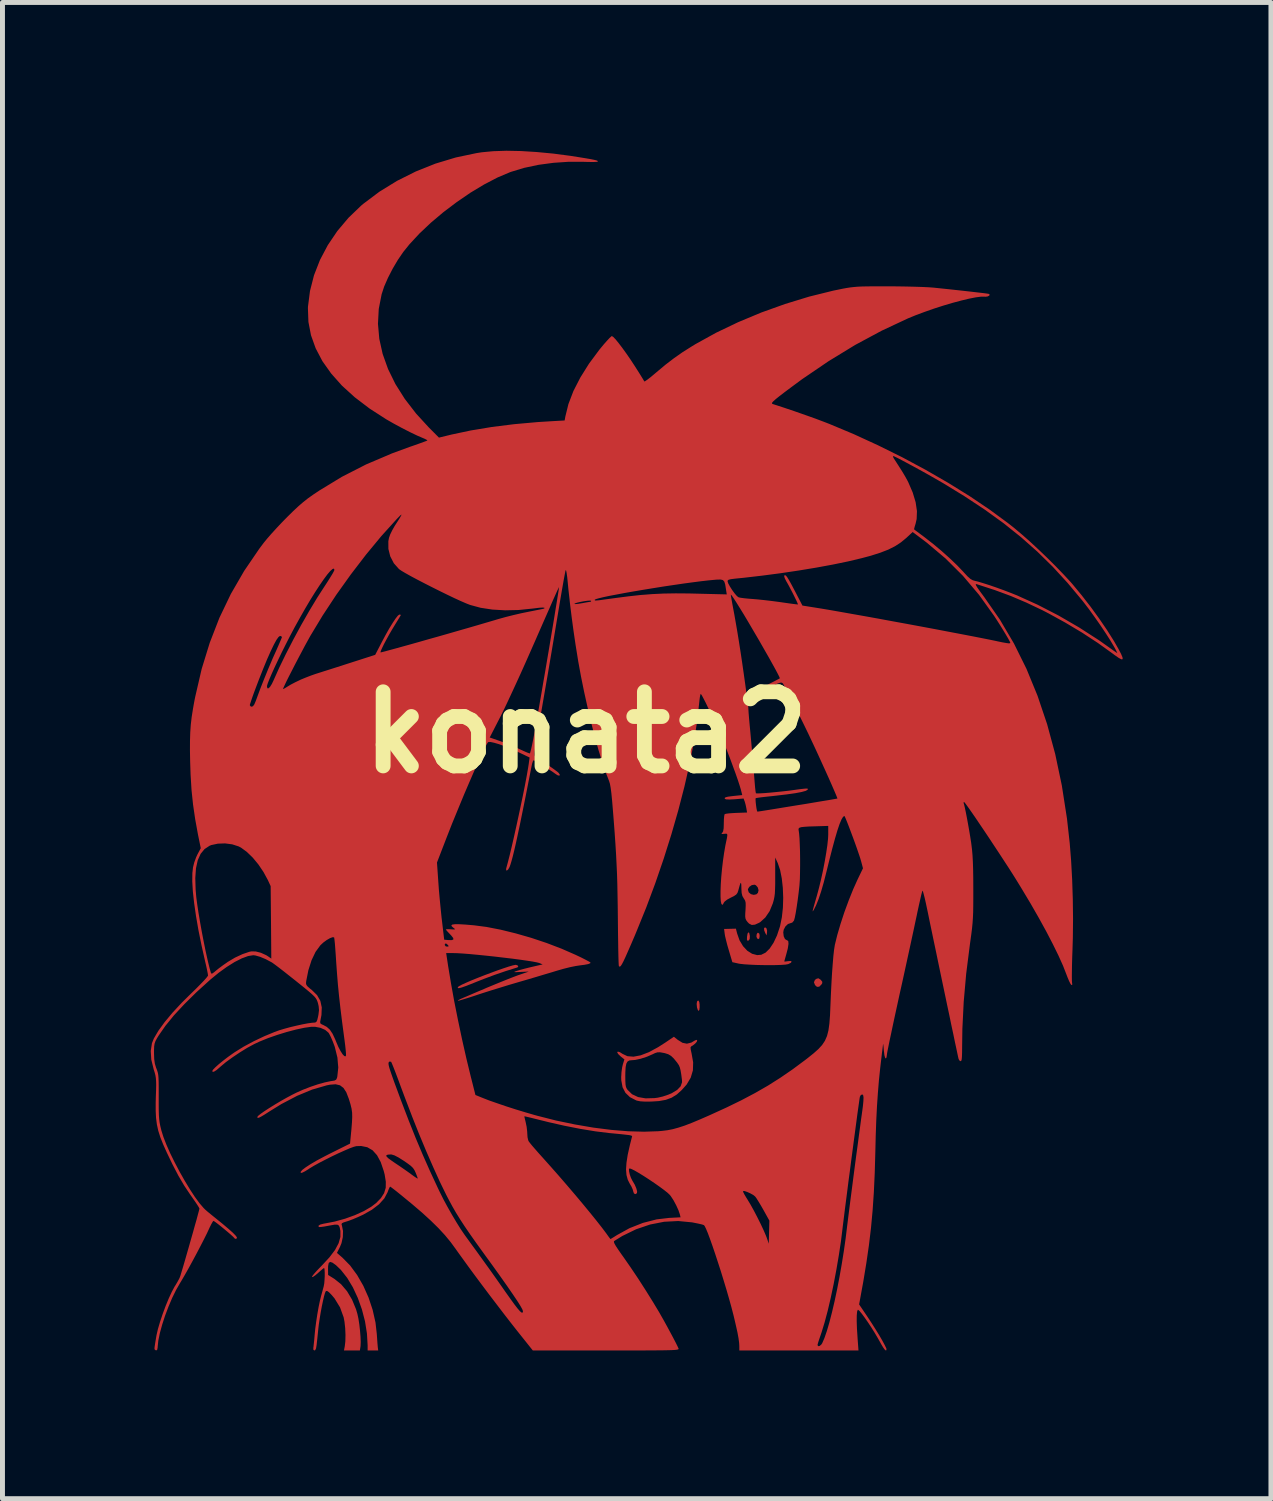
<source format=kicad_pcb>
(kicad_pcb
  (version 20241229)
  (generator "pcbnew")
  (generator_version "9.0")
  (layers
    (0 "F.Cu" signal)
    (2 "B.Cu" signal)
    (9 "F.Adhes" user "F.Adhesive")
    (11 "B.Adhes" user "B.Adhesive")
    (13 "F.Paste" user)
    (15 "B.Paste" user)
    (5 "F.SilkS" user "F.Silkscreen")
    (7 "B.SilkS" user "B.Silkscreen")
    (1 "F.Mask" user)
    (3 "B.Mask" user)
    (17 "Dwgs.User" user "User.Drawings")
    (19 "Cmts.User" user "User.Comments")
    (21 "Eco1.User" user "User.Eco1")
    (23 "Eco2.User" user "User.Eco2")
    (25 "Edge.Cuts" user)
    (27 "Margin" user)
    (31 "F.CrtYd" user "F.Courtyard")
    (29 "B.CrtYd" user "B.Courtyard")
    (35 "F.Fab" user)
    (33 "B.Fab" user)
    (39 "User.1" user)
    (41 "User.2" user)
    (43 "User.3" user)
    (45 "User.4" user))
  (footprint "konata2"
    (layer "F.Cu")
    (at 8.809 11.768)
    (property "Reference" "konata2" (at 0 0 0) (layer "F.SilkS") (effects (font (size 1.5 1.5) (thickness 0.3))))
    (attr board_only exclude_from_pos_files exclude_from_bom)
    (fp_poly (pts (xy 3.504 4.072) (xy 3.511 4.118) (xy 3.503 4.169) (xy 3.482 4.182) (xy 3.46 4.168) (xy 3.446 4.133) (xy 3.449 4.09) (xy 3.465 4.058) (xy 3.478 4.053)) (stroke (width 0) (type solid)) (fill yes) (layer "F.Cu"))
    (fp_poly (pts (xy 3.648 3.963) (xy 3.661 4.012) (xy 3.658 4.057) (xy 3.651 4.107) (xy 3.624 4.06) (xy 3.602 4.004) (xy 3.6 3.962) (xy 3.619 3.944) (xy 3.62 3.944)) (stroke (width 0) (type solid)) (fill yes) (layer "F.Cu"))
    (fp_poly (pts (xy 3.299 4.058) (xy 3.311 4.113) (xy 3.312 4.12) (xy 3.309 4.181) (xy 3.288 4.21) (xy 3.283 4.212) (xy 3.262 4.214) (xy 3.253 4.191) (xy 3.255 4.134) (xy 3.255 4.134) (xy 3.266 4.07) (xy 3.282 4.045)) (stroke (width 0) (type solid)) (fill yes) (layer "F.Cu"))
    (fp_poly (pts (xy 4.74 5.001) (xy 4.747 5.007) (xy 4.777 5.044) (xy 4.777 5.074) (xy 4.761 5.1) (xy 4.716 5.145) (xy 4.67 5.148) (xy 4.631 5.113) (xy 4.609 5.056) (xy 4.629 5.008) (xy 4.662 4.984) (xy 4.7 4.975)) (stroke (width 0) (type solid)) (fill yes) (layer "F.Cu"))
    (fp_poly (pts (xy 2.275 5.429) (xy 2.289 5.456) (xy 2.296 5.506) (xy 2.296 5.563) (xy 2.291 5.611) (xy 2.279 5.634) (xy 2.277 5.635) (xy 2.259 5.616) (xy 2.244 5.569) (xy 2.242 5.559) (xy 2.236 5.492) (xy 2.244 5.444) (xy 2.263 5.425)) (stroke (width 0) (type solid)) (fill yes) (layer "F.Cu"))
    (fp_poly (pts (xy -1.387 4.714) (xy -1.373 4.736) (xy -1.389 4.755) (xy -1.391 4.755) (xy -1.63 4.83) (xy -1.849 4.905) (xy -2.071 4.988) (xy -2.198 5.038) (xy -2.337 5.094) (xy -2.441 5.134) (xy -2.515 5.16) (xy -2.562 5.173) (xy -2.588 5.175) (xy -2.597 5.168) (xy -2.595 5.153) (xy -2.572 5.134) (xy -2.513 5.103) (xy -2.427 5.064) (xy -2.319 5.017) (xy -2.195 4.967) (xy -2.062 4.915) (xy -1.926 4.864) (xy -1.794 4.815) (xy -1.672 4.773) (xy -1.566 4.738) (xy -1.483 4.714) (xy -1.429 4.703) (xy -1.422 4.703)) (stroke (width 0) (type solid)) (fill yes) (layer "F.Cu"))
    (fp_poly (pts (xy 1.853 6.22) (xy 1.949 6.28) (xy 2.038 6.298) (xy 2.128 6.276) (xy 2.193 6.237) (xy 2.231 6.22) (xy 2.247 6.231) (xy 2.237 6.261) (xy 2.207 6.295) (xy 2.161 6.332) (xy 2.126 6.353) (xy 2.124 6.354) (xy 2.112 6.372) (xy 2.116 6.419) (xy 2.133 6.495) (xy 2.165 6.675) (xy 2.16 6.837) (xy 2.116 6.985) (xy 2.033 7.125) (xy 1.934 7.236) (xy 1.833 7.327) (xy 1.729 7.391) (xy 1.612 7.434) (xy 1.474 7.459) (xy 1.322 7.469) (xy 1.191 7.47) (xy 1.095 7.464) (xy 1.026 7.45) (xy 1.012 7.445) (xy 0.886 7.38) (xy 0.795 7.292) (xy 0.737 7.18) (xy 0.711 7.039) (xy 0.709 6.97) (xy 0.711 6.95) (xy 0.792 6.95) (xy 0.793 7.054) (xy 0.797 7.126) (xy 0.806 7.174) (xy 0.823 7.211) (xy 0.837 7.231) (xy 0.929 7.321) (xy 1.051 7.378) (xy 1.202 7.404) (xy 1.383 7.399) (xy 1.452 7.39) (xy 1.55 7.367) (xy 1.658 7.331) (xy 1.73 7.301) (xy 1.841 7.234) (xy 1.911 7.161) (xy 1.94 7.08) (xy 1.939 7.035) (xy 1.924 6.919) (xy 1.91 6.836) (xy 1.895 6.778) (xy 1.876 6.733) (xy 1.849 6.693) (xy 1.841 6.681) (xy 1.774 6.599) (xy 1.719 6.546) (xy 1.662 6.512) (xy 1.593 6.49) (xy 1.569 6.485) (xy 1.495 6.472) (xy 1.443 6.473) (xy 1.392 6.489) (xy 1.347 6.511) (xy 1.229 6.562) (xy 1.106 6.602) (xy 0.992 6.627) (xy 0.929 6.632) (xy 0.875 6.637) (xy 0.837 6.659) (xy 0.813 6.701) (xy 0.799 6.772) (xy 0.793 6.876) (xy 0.792 6.95) (xy 0.711 6.95) (xy 0.715 6.874) (xy 0.728 6.779) (xy 0.743 6.716) (xy 0.774 6.616) (xy 0.701 6.558) (xy 0.647 6.506) (xy 0.628 6.471) (xy 0.642 6.458) (xy 0.684 6.471) (xy 0.734 6.503) (xy 0.835 6.551) (xy 0.958 6.561) (xy 1.102 6.534) (xy 1.269 6.47) (xy 1.457 6.368) (xy 1.601 6.276) (xy 1.775 6.158)) (stroke (width 0) (type solid)) (fill yes) (layer "F.Cu"))
    (fp_poly (pts (xy -1.317 -11.762) (xy -0.997 -11.742) (xy -0.66 -11.71) (xy -0.311 -11.664) (xy -0.141 -11.637) (xy -0.005 -11.615) (xy 0.095 -11.598) (xy 0.163 -11.584) (xy 0.205 -11.574) (xy 0.228 -11.565) (xy 0.237 -11.556) (xy 0.238 -11.551) (xy 0.218 -11.544) (xy 0.162 -11.541) (xy 0.078 -11.541) (xy -0.026 -11.543) (xy -0.049 -11.544) (xy -0.351 -11.545) (xy -0.66 -11.524) (xy -0.965 -11.483) (xy -1.253 -11.422) (xy -1.514 -11.343) (xy -1.54 -11.334) (xy -1.795 -11.226) (xy -2.065 -11.085) (xy -2.341 -10.919) (xy -2.617 -10.73) (xy -2.886 -10.527) (xy -3.14 -10.313) (xy -3.372 -10.094) (xy -3.575 -9.875) (xy -3.7 -9.72) (xy -3.81 -9.559) (xy -3.915 -9.381) (xy -4.009 -9.198) (xy -4.086 -9.022) (xy -4.138 -8.864) (xy -4.138 -8.864) (xy -4.196 -8.567) (xy -4.212 -8.266) (xy -4.185 -7.962) (xy -4.117 -7.657) (xy -4.008 -7.352) (xy -3.859 -7.048) (xy -3.669 -6.747) (xy -3.44 -6.45) (xy -3.186 -6.173) (xy -2.978 -5.964) (xy -2.719 -6.027) (xy -2.333 -6.109) (xy -1.91 -6.179) (xy -1.456 -6.236) (xy -0.975 -6.279) (xy -0.667 -6.298) (xy -0.435 -6.311) (xy -0.421 -6.39) (xy -0.359 -6.642) (xy -0.258 -6.906) (xy -0.118 -7.179) (xy 0.057 -7.459) (xy 0.267 -7.742) (xy 0.357 -7.851) (xy 0.419 -7.921) (xy 0.471 -7.977) (xy 0.508 -8.011) (xy 0.52 -8.019) (xy 0.548 -8.001) (xy 0.595 -7.953) (xy 0.657 -7.877) (xy 0.73 -7.781) (xy 0.811 -7.669) (xy 0.896 -7.546) (xy 0.98 -7.418) (xy 0.98 -7.418) (xy 1.045 -7.316) (xy 1.101 -7.227) (xy 1.144 -7.157) (xy 1.17 -7.113) (xy 1.177 -7.1) (xy 1.194 -7.106) (xy 1.239 -7.137) (xy 1.304 -7.187) (xy 1.383 -7.253) (xy 1.422 -7.286) (xy 1.605 -7.439) (xy 1.776 -7.57) (xy 1.95 -7.692) (xy 2.145 -7.815) (xy 2.216 -7.858) (xy 2.629 -8.086) (xy 3.074 -8.299) (xy 3.543 -8.495) (xy 4.026 -8.668) (xy 4.513 -8.817) (xy 4.997 -8.937) (xy 5.197 -8.978) (xy 5.274 -8.992) (xy 5.345 -9.003) (xy 5.418 -9.011) (xy 5.498 -9.018) (xy 5.592 -9.022) (xy 5.707 -9.024) (xy 5.849 -9.025) (xy 6.026 -9.025) (xy 6.112 -9.025) (xy 6.292 -9.024) (xy 6.473 -9.021) (xy 6.644 -9.017) (xy 6.799 -9.012) (xy 6.928 -9.006) (xy 7.023 -8.999) (xy 7.033 -8.998) (xy 7.177 -8.983) (xy 7.331 -8.967) (xy 7.488 -8.95) (xy 7.642 -8.933) (xy 7.786 -8.917) (xy 7.914 -8.902) (xy 8.02 -8.89) (xy 8.098 -8.88) (xy 8.141 -8.873) (xy 8.146 -8.872) (xy 8.166 -8.856) (xy 8.155 -8.837) (xy 8.122 -8.82) (xy 8.078 -8.814) (xy 8.065 -8.816) (xy 7.991 -8.816) (xy 7.883 -8.802) (xy 7.746 -8.775) (xy 7.588 -8.737) (xy 7.412 -8.69) (xy 7.227 -8.635) (xy 7.037 -8.574) (xy 6.849 -8.508) (xy 6.669 -8.441) (xy 6.515 -8.378) (xy 5.981 -8.128) (xy 5.443 -7.839) (xy 4.906 -7.511) (xy 4.372 -7.148) (xy 4.139 -6.976) (xy 4.007 -6.877) (xy 3.908 -6.801) (xy 3.836 -6.743) (xy 3.79 -6.702) (xy 3.765 -6.675) (xy 3.759 -6.658) (xy 3.767 -6.647) (xy 3.774 -6.644) (xy 3.993 -6.573) (xy 4.218 -6.497) (xy 4.438 -6.42) (xy 4.643 -6.347) (xy 4.823 -6.279) (xy 4.921 -6.241) (xy 5.413 -6.035) (xy 5.905 -5.809) (xy 6.392 -5.568) (xy 6.867 -5.313) (xy 7.325 -5.049) (xy 7.759 -4.78) (xy 8.164 -4.507) (xy 8.534 -4.235) (xy 8.65 -4.144) (xy 8.798 -4.02) (xy 8.967 -3.872) (xy 9.146 -3.706) (xy 9.328 -3.532) (xy 9.503 -3.358) (xy 9.664 -3.191) (xy 9.803 -3.041) (xy 9.838 -3.001) (xy 10.021 -2.78) (xy 10.204 -2.545) (xy 10.379 -2.304) (xy 10.54 -2.068) (xy 10.681 -1.844) (xy 10.769 -1.69) (xy 10.823 -1.587) (xy 10.852 -1.517) (xy 10.855 -1.482) (xy 10.831 -1.478) (xy 10.777 -1.506) (xy 10.693 -1.564) (xy 10.645 -1.6) (xy 10.354 -1.809) (xy 10.033 -2.019) (xy 9.695 -2.221) (xy 9.353 -2.409) (xy 9.231 -2.472) (xy 8.907 -2.626) (xy 8.592 -2.76) (xy 8.267 -2.88) (xy 7.917 -2.994) (xy 7.894 -3.001) (xy 7.881 -2.998) (xy 7.888 -2.975) (xy 7.916 -2.928) (xy 7.968 -2.854) (xy 8.045 -2.75) (xy 8.056 -2.735) (xy 8.371 -2.282) (xy 8.655 -1.799) (xy 8.909 -1.286) (xy 9.132 -0.743) (xy 9.326 -0.168) (xy 9.49 0.437) (xy 9.624 1.073) (xy 9.728 1.741) (xy 9.784 2.243) (xy 9.812 2.595) (xy 9.833 2.976) (xy 9.846 3.372) (xy 9.851 3.771) (xy 9.847 4.157) (xy 9.84 4.391) (xy 9.834 4.553) (xy 9.83 4.702) (xy 9.828 4.834) (xy 9.827 4.942) (xy 9.828 5.019) (xy 9.83 5.06) (xy 9.831 5.062) (xy 9.836 5.104) (xy 9.82 5.112) (xy 9.818 5.111) (xy 9.8 5.088) (xy 9.772 5.033) (xy 9.739 4.955) (xy 9.717 4.897) (xy 9.648 4.72) (xy 9.555 4.513) (xy 9.44 4.279) (xy 9.307 4.023) (xy 9.156 3.749) (xy 8.991 3.461) (xy 8.813 3.164) (xy 8.707 2.991) (xy 8.634 2.874) (xy 8.549 2.741) (xy 8.455 2.597) (xy 8.355 2.444) (xy 8.252 2.288) (xy 8.149 2.132) (xy 8.048 1.981) (xy 7.952 1.839) (xy 7.865 1.71) (xy 7.788 1.599) (xy 7.725 1.51) (xy 7.679 1.446) (xy 7.652 1.413) (xy 7.647 1.409) (xy 7.634 1.421) (xy 7.636 1.425) (xy 7.646 1.457) (xy 7.662 1.523) (xy 7.682 1.617) (xy 7.704 1.731) (xy 7.727 1.857) (xy 7.75 1.986) (xy 7.771 2.112) (xy 7.789 2.227) (xy 7.794 2.265) (xy 7.807 2.372) (xy 7.817 2.485) (xy 7.824 2.613) (xy 7.829 2.762) (xy 7.832 2.938) (xy 7.833 3.15) (xy 7.833 3.175) (xy 7.833 3.362) (xy 7.832 3.515) (xy 7.83 3.643) (xy 7.825 3.753) (xy 7.818 3.856) (xy 7.808 3.96) (xy 7.794 4.073) (xy 7.776 4.205) (xy 7.764 4.291) (xy 7.689 4.884) (xy 7.639 5.45) (xy 7.612 5.998) (xy 7.607 6.355) (xy 7.606 6.478) (xy 7.603 6.563) (xy 7.598 6.617) (xy 7.589 6.645) (xy 7.577 6.653) (xy 7.577 6.653) (xy 7.549 6.635) (xy 7.535 6.605) (xy 7.527 6.572) (xy 7.512 6.502) (xy 7.49 6.397) (xy 7.461 6.263) (xy 7.428 6.103) (xy 7.389 5.922) (xy 7.348 5.723) (xy 7.303 5.512) (xy 7.257 5.292) (xy 7.21 5.068) (xy 7.163 4.844) (xy 7.117 4.623) (xy 7.073 4.411) (xy 7.031 4.212) (xy 6.993 4.029) (xy 6.959 3.867) (xy 6.931 3.73) (xy 6.909 3.623) (xy 6.9 3.581) (xy 6.874 3.458) (xy 6.85 3.352) (xy 6.829 3.27) (xy 6.814 3.217) (xy 6.805 3.201) (xy 6.805 3.202) (xy 6.796 3.227) (xy 6.78 3.288) (xy 6.759 3.38) (xy 6.733 3.495) (xy 6.704 3.628) (xy 6.688 3.706) (xy 6.662 3.826) (xy 6.629 3.983) (xy 6.589 4.168) (xy 6.544 4.376) (xy 6.495 4.601) (xy 6.444 4.835) (xy 6.392 5.072) (xy 6.34 5.305) (xy 6.339 5.31) (xy 6.292 5.526) (xy 6.247 5.732) (xy 6.206 5.923) (xy 6.17 6.094) (xy 6.138 6.243) (xy 6.114 6.363) (xy 6.096 6.451) (xy 6.087 6.503) (xy 6.086 6.513) (xy 6.077 6.575) (xy 6.064 6.598) (xy 6.049 6.583) (xy 6.035 6.533) (xy 6.025 6.451) (xy 6.023 6.437) (xy 6.017 6.364) (xy 6.012 6.318) (xy 6.008 6.304) (xy 6.007 6.307) (xy 6.003 6.344) (xy 5.995 6.41) (xy 5.984 6.493) (xy 5.982 6.513) (xy 5.95 6.786) (xy 5.923 7.046) (xy 5.902 7.303) (xy 5.884 7.567) (xy 5.87 7.846) (xy 5.859 8.15) (xy 5.851 8.485) (xy 5.839 8.91) (xy 5.821 9.301) (xy 5.796 9.67) (xy 5.763 10.026) (xy 5.721 10.378) (xy 5.669 10.737) (xy 5.607 11.113) (xy 5.579 11.266) (xy 5.523 11.573) (xy 5.695 11.828) (xy 5.774 11.948) (xy 5.853 12.073) (xy 5.927 12.193) (xy 5.991 12.303) (xy 6.04 12.394) (xy 6.071 12.458) (xy 6.075 12.467) (xy 6.075 12.499) (xy 6.062 12.505) (xy 6.04 12.486) (xy 6.006 12.439) (xy 5.965 12.37) (xy 5.953 12.347) (xy 5.897 12.248) (xy 5.834 12.141) (xy 5.766 12.033) (xy 5.697 11.929) (xy 5.633 11.837) (xy 5.576 11.76) (xy 5.532 11.707) (xy 5.503 11.682) (xy 5.496 11.682) (xy 5.482 11.719) (xy 5.475 11.797) (xy 5.474 11.912) (xy 5.479 12.063) (xy 5.491 12.245) (xy 5.491 12.25) (xy 5.51 12.505) (xy 4.305 12.505) (xy 3.099 12.505) (xy 3.099 12.422) (xy 3.098 12.395) (xy 4.681 12.395) (xy 4.694 12.418) (xy 4.723 12.414) (xy 4.757 12.386) (xy 4.776 12.358) (xy 4.821 12.254) (xy 4.87 12.112) (xy 4.921 11.938) (xy 4.973 11.736) (xy 5.026 11.511) (xy 5.077 11.27) (xy 5.126 11.016) (xy 5.172 10.754) (xy 5.214 10.492) (xy 5.251 10.232) (xy 5.267 10.099) (xy 5.28 9.992) (xy 5.298 9.849) (xy 5.32 9.675) (xy 5.345 9.478) (xy 5.373 9.263) (xy 5.402 9.038) (xy 5.432 8.807) (xy 5.462 8.579) (xy 5.492 8.359) (xy 5.519 8.154) (xy 5.544 7.969) (xy 5.565 7.812) (xy 5.58 7.706) (xy 5.599 7.565) (xy 5.609 7.462) (xy 5.612 7.391) (xy 5.607 7.348) (xy 5.593 7.328) (xy 5.581 7.325) (xy 5.552 7.344) (xy 5.538 7.374) (xy 5.532 7.408) (xy 5.522 7.48) (xy 5.507 7.586) (xy 5.488 7.721) (xy 5.467 7.88) (xy 5.443 8.059) (xy 5.417 8.253) (xy 5.39 8.458) (xy 5.362 8.668) (xy 5.335 8.879) (xy 5.307 9.087) (xy 5.282 9.286) (xy 5.258 9.472) (xy 5.236 9.641) (xy 5.218 9.788) (xy 5.203 9.907) (xy 5.192 9.995) (xy 5.19 10.013) (xy 5.156 10.291) (xy 5.112 10.581) (xy 5.062 10.875) (xy 5.007 11.164) (xy 4.948 11.443) (xy 4.887 11.703) (xy 4.825 11.936) (xy 4.764 12.136) (xy 4.747 12.186) (xy 4.718 12.271) (xy 4.695 12.341) (xy 4.683 12.386) (xy 4.681 12.395) (xy 3.098 12.395) (xy 3.095 12.35) (xy 3.083 12.259) (xy 3.062 12.143) (xy 3.03 11.999) (xy 2.988 11.819) (xy 2.978 11.779) (xy 2.938 11.625) (xy 2.891 11.456) (xy 2.839 11.276) (xy 2.783 11.091) (xy 2.726 10.905) (xy 2.667 10.723) (xy 2.61 10.549) (xy 2.556 10.39) (xy 2.506 10.249) (xy 2.462 10.131) (xy 2.425 10.042) (xy 2.397 9.986) (xy 2.383 9.969) (xy 2.346 9.956) (xy 2.277 9.94) (xy 2.189 9.922) (xy 2.142 9.913) (xy 1.862 9.886) (xy 1.578 9.901) (xy 1.293 9.957) (xy 1.01 10.053) (xy 0.733 10.188) (xy 0.566 10.291) (xy 0.561 10.306) (xy 0.571 10.338) (xy 0.6 10.39) (xy 0.65 10.466) (xy 0.723 10.571) (xy 0.752 10.611) (xy 0.896 10.818) (xy 1.05 11.047) (xy 1.203 11.285) (xy 1.349 11.519) (xy 1.479 11.735) (xy 1.51 11.79) (xy 1.572 11.899) (xy 1.637 12.017) (xy 1.701 12.136) (xy 1.761 12.248) (xy 1.812 12.346) (xy 1.849 12.421) (xy 1.87 12.467) (xy 1.87 12.467) (xy 1.871 12.474) (xy 1.866 12.481) (xy 1.852 12.486) (xy 1.826 12.491) (xy 1.785 12.495) (xy 1.726 12.498) (xy 1.646 12.5) (xy 1.543 12.502) (xy 1.412 12.503) (xy 1.252 12.504) (xy 1.059 12.505) (xy 0.83 12.505) (xy 0.562 12.505) (xy 0.403 12.505) (xy -1.079 12.505) (xy -1.403 12.099) (xy -1.523 11.946) (xy -1.658 11.772) (xy -1.804 11.581) (xy -1.955 11.383) (xy -2.106 11.182) (xy -2.252 10.986) (xy -2.388 10.801) (xy -2.508 10.635) (xy -2.609 10.495) (xy -2.635 10.458) (xy -2.74 10.314) (xy -2.857 10.172) (xy -2.99 10.028) (xy -3.143 9.878) (xy -3.319 9.717) (xy -3.525 9.541) (xy -3.748 9.358) (xy -3.828 9.293) (xy -3.896 9.24) (xy -3.944 9.204) (xy -3.966 9.19) (xy -3.966 9.19) (xy -3.979 9.208) (xy -4 9.256) (xy -4.017 9.303) (xy -4.083 9.428) (xy -4.19 9.547) (xy -4.335 9.658) (xy -4.51 9.757) (xy -4.612 9.804) (xy -4.715 9.848) (xy -4.803 9.881) (xy -4.84 9.893) (xy -4.907 9.914) (xy -4.941 9.931) (xy -4.949 9.952) (xy -4.94 9.983) (xy -4.919 10.088) (xy -4.923 10.211) (xy -4.95 10.335) (xy -4.981 10.41) (xy -5.042 10.531) (xy -4.929 10.629) (xy -4.775 10.786) (xy -4.634 10.978) (xy -4.508 11.197) (xy -4.402 11.435) (xy -4.319 11.685) (xy -4.262 11.939) (xy -4.236 12.168) (xy -4.229 12.265) (xy -4.223 12.354) (xy -4.217 12.42) (xy -4.216 12.435) (xy -4.207 12.505) (xy -4.314 12.505) (xy -4.421 12.505) (xy -4.421 12.401) (xy -4.435 12.161) (xy -4.474 11.916) (xy -4.537 11.674) (xy -4.62 11.442) (xy -4.72 11.227) (xy -4.835 11.036) (xy -4.962 10.875) (xy -5.062 10.779) (xy -5.133 10.728) (xy -5.18 10.713) (xy -5.208 10.735) (xy -5.221 10.797) (xy -5.222 10.852) (xy -5.221 10.977) (xy -5.093 11.057) (xy -4.959 11.164) (xy -4.838 11.306) (xy -4.736 11.477) (xy -4.656 11.67) (xy -4.628 11.766) (xy -4.607 11.862) (xy -4.589 11.979) (xy -4.575 12.105) (xy -4.565 12.227) (xy -4.561 12.333) (xy -4.564 12.411) (xy -4.565 12.421) (xy -4.578 12.505) (xy -4.739 12.505) (xy -4.9 12.505) (xy -4.884 12.424) (xy -4.872 12.32) (xy -4.869 12.191) (xy -4.875 12.054) (xy -4.889 11.925) (xy -4.906 11.835) (xy -4.98 11.632) (xy -5.091 11.451) (xy -5.151 11.38) (xy -5.206 11.324) (xy -5.242 11.3) (xy -5.266 11.304) (xy -5.266 11.305) (xy -5.282 11.337) (xy -5.302 11.405) (xy -5.324 11.5) (xy -5.348 11.613) (xy -5.371 11.738) (xy -5.392 11.866) (xy -5.41 11.989) (xy -5.418 12.059) (xy -5.429 12.167) (xy -5.44 12.273) (xy -5.45 12.361) (xy -5.453 12.391) (xy -5.465 12.465) (xy -5.483 12.5) (xy -5.496 12.505) (xy -5.518 12.493) (xy -5.52 12.452) (xy -5.517 12.435) (xy -5.511 12.379) (xy -5.502 12.296) (xy -5.494 12.203) (xy -5.493 12.191) (xy -5.481 12.069) (xy -5.462 11.925) (xy -5.439 11.773) (xy -5.413 11.626) (xy -5.386 11.496) (xy -5.362 11.4) (xy -5.339 11.317) (xy -5.318 11.239) (xy -5.309 11.205) (xy -5.299 11.15) (xy -5.293 11.077) (xy -5.289 10.998) (xy -5.289 10.924) (xy -5.293 10.866) (xy -5.3 10.838) (xy -5.302 10.836) (xy -5.324 10.85) (xy -5.367 10.886) (xy -5.422 10.935) (xy -5.478 10.983) (xy -5.523 11.014) (xy -5.548 11.02) (xy -5.541 11.001) (xy -5.508 10.958) (xy -5.453 10.896) (xy -5.381 10.821) (xy -5.343 10.782) (xy -5.193 10.62) (xy -5.081 10.472) (xy -5.008 10.335) (xy -4.972 10.208) (xy -4.972 10.088) (xy -4.973 10.08) (xy -4.986 10.017) (xy -5.003 9.978) (xy -5.032 9.96) (xy -5.084 9.959) (xy -5.166 9.973) (xy -5.21 9.981) (xy -5.295 9.997) (xy -5.363 10.006) (xy -5.404 10.008) (xy -5.41 10.006) (xy -5.415 9.981) (xy -5.381 9.958) (xy -5.312 9.94) (xy -5.3 9.938) (xy -5.087 9.897) (xy -4.877 9.839) (xy -4.678 9.767) (xy -4.498 9.685) (xy -4.346 9.596) (xy -4.249 9.522) (xy -4.152 9.422) (xy -4.088 9.322) (xy -4.055 9.214) (xy -4.053 9.091) (xy -4.077 8.943) (xy -4.095 8.874) (xy -4.156 8.694) (xy -4.231 8.555) (xy -4.231 8.555) (xy -4.043 8.555) (xy -4.04 8.579) (xy -4.002 8.617) (xy -3.928 8.671) (xy -3.871 8.71) (xy -3.772 8.776) (xy -3.671 8.846) (xy -3.582 8.909) (xy -3.54 8.94) (xy -3.478 8.985) (xy -3.431 9.016) (xy -3.409 9.028) (xy -3.408 9.028) (xy -3.412 9.007) (xy -3.43 8.958) (xy -3.449 8.91) (xy -3.474 8.856) (xy -3.504 8.812) (xy -3.547 8.77) (xy -3.611 8.722) (xy -3.689 8.668) (xy -3.797 8.6) (xy -3.878 8.558) (xy -3.937 8.54) (xy -3.951 8.539) (xy -4.013 8.543) (xy -4.043 8.555) (xy -4.231 8.555) (xy -4.321 8.455) (xy -4.428 8.393) (xy -4.552 8.368) (xy -4.65 8.371) (xy -4.703 8.385) (xy -4.787 8.416) (xy -4.893 8.462) (xy -5.016 8.517) (xy -5.146 8.579) (xy -5.277 8.645) (xy -5.401 8.709) (xy -5.511 8.77) (xy -5.599 8.823) (xy -5.622 8.839) (xy -5.688 8.88) (xy -5.742 8.907) (xy -5.772 8.914) (xy -5.773 8.913) (xy -5.776 8.891) (xy -5.743 8.852) (xy -5.676 8.801) (xy -5.578 8.737) (xy -5.452 8.663) (xy -5.3 8.582) (xy -5.193 8.527) (xy -4.777 8.32) (xy -4.749 8.03) (xy -4.738 7.891) (xy -4.733 7.782) (xy -4.735 7.693) (xy -4.747 7.609) (xy -4.769 7.52) (xy -4.802 7.412) (xy -4.803 7.41) (xy -4.853 7.281) (xy -4.91 7.193) (xy -4.98 7.14) (xy -5.069 7.119) (xy -5.184 7.128) (xy -5.249 7.141) (xy -5.542 7.226) (xy -5.848 7.353) (xy -6.165 7.519) (xy -6.4 7.664) (xy -6.501 7.729) (xy -6.573 7.772) (xy -6.619 7.795) (xy -6.644 7.799) (xy -6.653 7.788) (xy -6.653 7.781) (xy -6.635 7.757) (xy -6.585 7.717) (xy -6.508 7.663) (xy -6.411 7.6) (xy -6.3 7.531) (xy -6.181 7.46) (xy -6.059 7.391) (xy -5.94 7.328) (xy -5.862 7.289) (xy -5.728 7.229) (xy -5.578 7.171) (xy -5.427 7.12) (xy -5.286 7.081) (xy -5.168 7.056) (xy -5.153 7.054) (xy -5.091 7.044) (xy -5.058 7.026) (xy -5.041 6.991) (xy -5.034 6.961) (xy -5.015 6.779) (xy -5.022 6.703) (xy -3.999 6.703) (xy -3.994 6.738) (xy -3.981 6.789) (xy -3.958 6.86) (xy -3.925 6.956) (xy -3.881 7.08) (xy -3.823 7.236) (xy -3.752 7.429) (xy -3.738 7.466) (xy -3.591 7.85) (xy -3.449 8.206) (xy -3.306 8.545) (xy -3.157 8.881) (xy -2.996 9.227) (xy -2.957 9.308) (xy -2.889 9.444) (xy -2.806 9.598) (xy -2.716 9.757) (xy -2.625 9.91) (xy -2.539 10.048) (xy -2.464 10.158) (xy -2.46 10.164) (xy -2.395 10.254) (xy -2.315 10.364) (xy -2.228 10.483) (xy -2.146 10.597) (xy -2.137 10.609) (xy -2.068 10.705) (xy -1.98 10.827) (xy -1.881 10.966) (xy -1.778 11.112) (xy -1.677 11.256) (xy -1.641 11.308) (xy -1.535 11.457) (xy -1.451 11.573) (xy -1.386 11.657) (xy -1.339 11.711) (xy -1.307 11.738) (xy -1.287 11.741) (xy -1.279 11.72) (xy -1.279 11.707) (xy -1.292 11.671) (xy -1.331 11.601) (xy -1.396 11.498) (xy -1.487 11.363) (xy -1.602 11.196) (xy -1.742 10.998) (xy -1.906 10.769) (xy -2.071 10.542) (xy -2.221 10.334) (xy -2.348 10.154) (xy -2.456 9.996) (xy -2.55 9.852) (xy -2.633 9.718) (xy -2.709 9.586) (xy -2.782 9.45) (xy -2.833 9.352) (xy -2.959 9.094) (xy -3.093 8.799) (xy -3.235 8.474) (xy -3.381 8.124) (xy -3.523 7.767) (xy -1.25 7.767) (xy -1.247 7.787) (xy -1.235 7.838) (xy -1.223 7.888) (xy -1.204 7.98) (xy -1.193 8.076) (xy -1.191 8.116) (xy -1.186 8.19) (xy -1.172 8.252) (xy -1.164 8.271) (xy -1.141 8.302) (xy -1.095 8.359) (xy -1.029 8.435) (xy -0.95 8.525) (xy -0.876 8.607) (xy -0.717 8.785) (xy -0.552 8.972) (xy -0.386 9.164) (xy -0.223 9.355) (xy -0.067 9.541) (xy 0.078 9.717) (xy 0.208 9.878) (xy 0.318 10.018) (xy 0.404 10.132) (xy 0.426 10.163) (xy 0.462 10.213) (xy 0.487 10.245) (xy 0.493 10.251) (xy 0.512 10.24) (xy 0.558 10.212) (xy 0.62 10.173) (xy 0.621 10.172) (xy 0.877 10.031) (xy 1.148 9.924) (xy 1.425 9.853) (xy 1.676 9.823) (xy 1.91 9.811) (xy 1.897 9.755) (xy 1.868 9.669) (xy 1.822 9.568) (xy 1.768 9.467) (xy 1.713 9.383) (xy 1.693 9.358) (xy 1.648 9.315) (xy 1.605 9.281) (xy 3.173 9.281) (xy 3.179 9.303) (xy 3.204 9.352) (xy 3.244 9.419) (xy 3.261 9.446) (xy 3.321 9.545) (xy 3.389 9.667) (xy 3.46 9.803) (xy 3.529 9.941) (xy 3.589 10.069) (xy 3.636 10.178) (xy 3.655 10.227) (xy 3.695 10.345) (xy 3.701 10.111) (xy 3.707 9.878) (xy 3.585 9.658) (xy 3.532 9.566) (xy 3.482 9.483) (xy 3.442 9.42) (xy 3.419 9.39) (xy 3.379 9.358) (xy 3.321 9.326) (xy 3.259 9.298) (xy 3.206 9.28) (xy 3.175 9.28) (xy 3.173 9.281) (xy 1.605 9.281) (xy 1.576 9.258) (xy 1.485 9.191) (xy 1.381 9.118) (xy 1.271 9.044) (xy 1.163 8.974) (xy 1.062 8.912) (xy 0.977 8.863) (xy 0.912 8.831) (xy 0.878 8.821) (xy 0.866 8.838) (xy 0.869 8.884) (xy 0.883 8.946) (xy 0.906 9.011) (xy 0.935 9.069) (xy 0.941 9.079) (xy 0.983 9.15) (xy 1.014 9.223) (xy 1.031 9.284) (xy 1.028 9.322) (xy 0.998 9.342) (xy 0.968 9.329) (xy 0.954 9.291) (xy 0.954 9.291) (xy 0.942 9.246) (xy 0.913 9.182) (xy 0.884 9.134) (xy 0.842 9.051) (xy 0.816 8.955) (xy 0.807 8.842) (xy 0.816 8.707) (xy 0.841 8.546) (xy 0.884 8.352) (xy 0.923 8.199) (xy 0.928 8.184) (xy 0.93 8.172) (xy 0.924 8.163) (xy 0.905 8.155) (xy 0.868 8.147) (xy 0.806 8.14) (xy 0.716 8.13) (xy 0.593 8.118) (xy 0.466 8.106) (xy 0.19 8.072) (xy -0.115 8.022) (xy -0.436 7.959) (xy -0.763 7.885) (xy -0.834 7.867) (xy -0.961 7.836) (xy -1.072 7.808) (xy -1.162 7.786) (xy -1.223 7.772) (xy -1.249 7.767) (xy -1.25 7.767) (xy -3.523 7.767) (xy -3.528 7.753) (xy -3.675 7.369) (xy -3.76 7.141) (xy -3.809 7.008) (xy -3.854 6.889) (xy -3.893 6.789) (xy -3.923 6.715) (xy -3.942 6.672) (xy -3.946 6.665) (xy -3.976 6.659) (xy -3.99 6.669) (xy -3.997 6.682) (xy -3.999 6.703) (xy -5.022 6.703) (xy -5.032 6.581) (xy -5.082 6.376) (xy -5.09 6.35) (xy -5.126 6.254) (xy -5.164 6.166) (xy -5.198 6.099) (xy -5.212 6.077) (xy -5.28 6.019) (xy -5.376 5.977) (xy -5.486 5.956) (xy -5.559 5.956) (xy -5.701 5.976) (xy -5.87 6.012) (xy -6.056 6.061) (xy -6.248 6.12) (xy -6.435 6.185) (xy -6.605 6.254) (xy -6.716 6.306) (xy -6.855 6.381) (xy -7.004 6.473) (xy -7.152 6.572) (xy -7.287 6.67) (xy -7.394 6.759) (xy -7.398 6.763) (xy -7.477 6.831) (xy -7.531 6.865) (xy -7.559 6.866) (xy -7.564 6.85) (xy -7.547 6.822) (xy -7.501 6.775) (xy -7.432 6.713) (xy -7.346 6.643) (xy -7.25 6.569) (xy -7.149 6.497) (xy -7.108 6.469) (xy -6.929 6.358) (xy -6.724 6.248) (xy -6.511 6.147) (xy -6.306 6.062) (xy -6.209 6.027) (xy -6.105 5.996) (xy -5.985 5.963) (xy -5.858 5.933) (xy -5.736 5.906) (xy -5.629 5.886) (xy -5.548 5.875) (xy -5.519 5.873) (xy -5.481 5.87) (xy -5.457 5.855) (xy -5.44 5.818) (xy -5.424 5.752) (xy -5.416 5.711) (xy -5.405 5.619) (xy -5.412 5.538) (xy -5.427 5.474) (xy -5.439 5.438) (xy -5.453 5.406) (xy -5.473 5.374) (xy -5.504 5.338) (xy -5.55 5.294) (xy -5.615 5.238) (xy -5.705 5.164) (xy -5.814 5.076) (xy -5.668 5.076) (xy -5.66 5.109) (xy -5.635 5.141) (xy -5.585 5.185) (xy -5.548 5.214) (xy -5.444 5.316) (xy -5.378 5.431) (xy -5.349 5.564) (xy -5.355 5.717) (xy -5.371 5.801) (xy -5.382 5.859) (xy -5.376 5.889) (xy -5.348 5.908) (xy -5.323 5.918) (xy -5.248 5.958) (xy -5.186 6.014) (xy -5.131 6.096) (xy -5.077 6.211) (xy -5.057 6.261) (xy -5.013 6.364) (xy -4.968 6.449) (xy -4.927 6.513) (xy -4.892 6.549) (xy -4.867 6.554) (xy -4.858 6.535) (xy -4.859 6.502) (xy -4.864 6.435) (xy -4.874 6.341) (xy -4.888 6.23) (xy -4.896 6.17) (xy -4.937 5.861) (xy -4.971 5.586) (xy -4.999 5.337) (xy -5.022 5.106) (xy -5.04 4.884) (xy -5.056 4.663) (xy -5.058 4.632) (xy -5.067 4.494) (xy -5.076 4.37) (xy -5.081 4.302) (xy -2.861 4.302) (xy -2.842 4.328) (xy -2.815 4.334) (xy -2.783 4.33) (xy -2.79 4.309) (xy -2.796 4.302) (xy -2.827 4.275) (xy -2.842 4.269) (xy -2.859 4.287) (xy -2.861 4.302) (xy -5.081 4.302) (xy -5.084 4.267) (xy -5.092 4.193) (xy -5.098 4.152) (xy -5.1 4.147) (xy -5.131 4.144) (xy -5.184 4.164) (xy -5.25 4.202) (xy -5.317 4.251) (xy -5.376 4.306) (xy -5.377 4.307) (xy -5.475 4.441) (xy -5.556 4.611) (xy -5.62 4.812) (xy -5.664 5.033) (xy -5.668 5.076) (xy -5.814 5.076) (xy -5.822 5.07) (xy -5.875 5.027) (xy -5.994 4.933) (xy -6.105 4.845) (xy -6.203 4.769) (xy -6.282 4.709) (xy -6.337 4.669) (xy -6.357 4.655) (xy -6.483 4.588) (xy -6.598 4.54) (xy -6.693 4.513) (xy -6.735 4.508) (xy -6.84 4.525) (xy -6.967 4.572) (xy -7.113 4.646) (xy -7.271 4.745) (xy -7.437 4.865) (xy -7.606 5.004) (xy -7.607 5.005) (xy -7.885 5.257) (xy -8.129 5.498) (xy -8.34 5.725) (xy -8.514 5.939) (xy -8.651 6.136) (xy -8.682 6.187) (xy -8.713 6.244) (xy -8.731 6.295) (xy -8.74 6.352) (xy -8.743 6.432) (xy -8.743 6.491) (xy -8.739 6.61) (xy -8.726 6.702) (xy -8.702 6.782) (xy -8.694 6.802) (xy -8.678 6.844) (xy -8.666 6.885) (xy -8.657 6.933) (xy -8.652 6.994) (xy -8.649 7.075) (xy -8.648 7.184) (xy -8.648 7.327) (xy -8.648 7.376) (xy -8.648 7.533) (xy -8.647 7.655) (xy -8.644 7.75) (xy -8.638 7.828) (xy -8.629 7.896) (xy -8.616 7.963) (xy -8.598 8.037) (xy -8.595 8.051) (xy -8.553 8.185) (xy -8.492 8.342) (xy -8.415 8.516) (xy -8.325 8.699) (xy -8.227 8.885) (xy -8.124 9.067) (xy -8.021 9.238) (xy -7.92 9.393) (xy -7.825 9.523) (xy -7.74 9.622) (xy -7.707 9.655) (xy -7.654 9.701) (xy -7.581 9.761) (xy -7.504 9.823) (xy -7.498 9.828) (xy -7.356 9.943) (xy -7.24 10.041) (xy -7.151 10.12) (xy -7.093 10.179) (xy -7.066 10.215) (xy -7.065 10.22) (xy -7.078 10.248) (xy -7.106 10.244) (xy -7.12 10.228) (xy -7.143 10.204) (xy -7.19 10.161) (xy -7.254 10.106) (xy -7.327 10.045) (xy -7.399 9.986) (xy -7.464 9.935) (xy -7.514 9.898) (xy -7.539 9.883) (xy -7.54 9.883) (xy -7.556 9.901) (xy -7.584 9.95) (xy -7.619 10.02) (xy -7.628 10.04) (xy -7.672 10.135) (xy -7.733 10.257) (xy -7.806 10.399) (xy -7.885 10.55) (xy -7.968 10.704) (xy -8.048 10.85) (xy -8.122 10.981) (xy -8.184 11.088) (xy -8.217 11.142) (xy -8.296 11.28) (xy -8.375 11.441) (xy -8.45 11.618) (xy -8.519 11.801) (xy -8.578 11.983) (xy -8.625 12.154) (xy -8.656 12.305) (xy -8.669 12.429) (xy -8.669 12.441) (xy -8.679 12.492) (xy -8.701 12.505) (xy -8.729 12.487) (xy -8.734 12.465) (xy -8.73 12.428) (xy -8.72 12.36) (xy -8.705 12.27) (xy -8.692 12.194) (xy -8.664 12.072) (xy -8.621 11.926) (xy -8.568 11.767) (xy -8.508 11.605) (xy -8.445 11.452) (xy -8.383 11.318) (xy -8.326 11.212) (xy -8.314 11.194) (xy -8.271 11.122) (xy -8.234 11.054) (xy -8.219 11.02) (xy -8.206 10.983) (xy -8.185 10.912) (xy -8.155 10.813) (xy -8.12 10.693) (xy -8.081 10.557) (xy -8.039 10.411) (xy -7.997 10.263) (xy -7.955 10.116) (xy -7.917 9.979) (xy -7.882 9.857) (xy -7.855 9.755) (xy -7.835 9.681) (xy -7.825 9.639) (xy -7.824 9.634) (xy -7.836 9.609) (xy -7.869 9.556) (xy -7.919 9.482) (xy -7.981 9.393) (xy -8.01 9.352) (xy -8.131 9.171) (xy -8.25 8.969) (xy -8.372 8.734) (xy -8.388 8.701) (xy -8.482 8.505) (xy -8.557 8.338) (xy -8.615 8.192) (xy -8.657 8.059) (xy -8.685 7.931) (xy -8.702 7.799) (xy -8.709 7.656) (xy -8.709 7.492) (xy -8.706 7.372) (xy -8.701 7.234) (xy -8.699 7.131) (xy -8.701 7.053) (xy -8.706 6.991) (xy -8.715 6.936) (xy -8.73 6.879) (xy -8.749 6.819) (xy -8.798 6.621) (xy -8.809 6.445) (xy -8.785 6.289) (xy -8.747 6.194) (xy -8.655 6.037) (xy -8.528 5.862) (xy -8.37 5.672) (xy -8.184 5.472) (xy -7.998 5.288) (xy -7.896 5.189) (xy -7.807 5.099) (xy -7.733 5.022) (xy -7.68 4.962) (xy -7.653 4.926) (xy -7.65 4.918) (xy -7.655 4.882) (xy -7.668 4.815) (xy -7.687 4.726) (xy -7.706 4.645) (xy -7.78 4.317) (xy -7.843 4.007) (xy -7.893 3.718) (xy -7.931 3.455) (xy -7.957 3.22) (xy -7.969 3.016) (xy -7.968 2.946) (xy -7.908 2.946) (xy -7.901 3.179) (xy -7.888 3.333) (xy -7.869 3.478) (xy -7.843 3.65) (xy -7.811 3.84) (xy -7.775 4.04) (xy -7.736 4.241) (xy -7.697 4.433) (xy -7.658 4.609) (xy -7.622 4.758) (xy -7.593 4.861) (xy -7.583 4.88) (xy -7.563 4.878) (xy -7.524 4.85) (xy -7.491 4.822) (xy -7.428 4.771) (xy -7.344 4.709) (xy -7.259 4.65) (xy -7.253 4.645) (xy -7.103 4.556) (xy -6.952 4.486) (xy -6.814 4.439) (xy -6.777 4.431) (xy -6.686 4.432) (xy -6.58 4.459) (xy -6.472 4.508) (xy -6.43 4.535) (xy -6.37 4.577) (xy -6.376 3.844) (xy -6.383 3.11) (xy -6.44 2.987) (xy -6.528 2.825) (xy -6.632 2.671) (xy -6.663 2.633) (xy -3.018 2.633) (xy -2.991 3.023) (xy -2.979 3.189) (xy -2.962 3.378) (xy -2.943 3.57) (xy -2.925 3.747) (xy -2.918 3.803) (xy -2.872 4.194) (xy -2.799 4.201) (xy -2.723 4.203) (xy -2.687 4.191) (xy -2.689 4.161) (xy -2.729 4.11) (xy -2.749 4.089) (xy -2.797 4.038) (xy -2.83 4.001) (xy -2.839 3.987) (xy -2.82 3.982) (xy -2.77 3.982) (xy -2.736 3.984) (xy -2.676 3.987) (xy -2.652 3.984) (xy -2.661 3.972) (xy -2.682 3.956) (xy -2.718 3.925) (xy -2.727 3.902) (xy -2.707 3.888) (xy -2.656 3.881) (xy -2.569 3.881) (xy -2.445 3.888) (xy -2.281 3.902) (xy -2.277 3.902) (xy -2.016 3.936) (xy -1.728 3.992) (xy -1.423 4.067) (xy -1.11 4.157) (xy -0.799 4.261) (xy -0.498 4.376) (xy -0.217 4.499) (xy -0.103 4.553) (xy -0.024 4.593) (xy 0.04 4.627) (xy 0.079 4.648) (xy 0.086 4.652) (xy 0.084 4.67) (xy 0.043 4.687) (xy -0.034 4.702) (xy -0.128 4.714) (xy -0.213 4.727) (xy -0.326 4.75) (xy -0.454 4.782) (xy -0.583 4.819) (xy -0.596 4.823) (xy -0.711 4.858) (xy -0.856 4.901) (xy -1.019 4.95) (xy -1.188 5) (xy -1.353 5.048) (xy -1.387 5.058) (xy -1.554 5.107) (xy -1.733 5.162) (xy -1.912 5.217) (xy -2.076 5.269) (xy -2.214 5.314) (xy -2.231 5.32) (xy -2.347 5.358) (xy -2.449 5.39) (xy -2.529 5.414) (xy -2.58 5.428) (xy -2.596 5.43) (xy -2.585 5.417) (xy -2.545 5.395) (xy -2.533 5.39) (xy -2.492 5.372) (xy -2.418 5.341) (xy -2.318 5.298) (xy -2.199 5.247) (xy -2.068 5.192) (xy -2.016 5.169) (xy -1.871 5.109) (xy -1.725 5.049) (xy -1.588 4.994) (xy -1.47 4.948) (xy -1.38 4.914) (xy -1.365 4.909) (xy -1.159 4.839) (xy -1.322 4.846) (xy -1.404 4.85) (xy -1.446 4.85) (xy -1.454 4.845) (xy -1.431 4.835) (xy -1.398 4.824) (xy -1.339 4.806) (xy -1.251 4.782) (xy -1.151 4.757) (xy -1.096 4.744) (xy -0.88 4.694) (xy -0.953 4.664) (xy -1.001 4.652) (xy -1.085 4.636) (xy -1.201 4.618) (xy -1.341 4.598) (xy -1.499 4.577) (xy -1.67 4.557) (xy -1.847 4.536) (xy -2.024 4.517) (xy -2.194 4.5) (xy -2.353 4.485) (xy -2.492 4.474) (xy -2.608 4.467) (xy -2.689 4.465) (xy -2.832 4.465) (xy -2.792 4.73) (xy -2.736 5.067) (xy -2.67 5.434) (xy -2.593 5.82) (xy -2.51 6.213) (xy -2.422 6.602) (xy -2.331 6.977) (xy -2.322 7.011) (xy -2.24 7.336) (xy -2.09 7.397) (xy -1.962 7.447) (xy -1.801 7.503) (xy -1.62 7.565) (xy -1.427 7.627) (xy -1.233 7.686) (xy -1.048 7.74) (xy -0.986 7.757) (xy -0.608 7.853) (xy -0.228 7.932) (xy 0.145 7.996) (xy 0.508 8.042) (xy 0.852 8.07) (xy 1.172 8.079) (xy 1.463 8.069) (xy 1.539 8.062) (xy 1.645 8.049) (xy 1.752 8.028) (xy 1.865 7.997) (xy 1.991 7.956) (xy 2.137 7.9) (xy 2.309 7.828) (xy 2.492 7.748) (xy 2.832 7.593) (xy 3.138 7.444) (xy 3.418 7.296) (xy 3.679 7.146) (xy 3.93 6.987) (xy 4.179 6.816) (xy 4.432 6.628) (xy 4.48 6.591) (xy 4.601 6.494) (xy 4.698 6.408) (xy 4.774 6.325) (xy 4.831 6.239) (xy 4.873 6.143) (xy 4.902 6.03) (xy 4.921 5.893) (xy 4.934 5.727) (xy 4.942 5.537) (xy 4.952 5.3) (xy 4.963 5.076) (xy 4.975 4.868) (xy 4.989 4.682) (xy 5.002 4.524) (xy 5.016 4.398) (xy 5.03 4.31) (xy 5.031 4.302) (xy 5.08 4.102) (xy 5.146 3.877) (xy 5.224 3.639) (xy 5.312 3.4) (xy 5.403 3.173) (xy 5.488 2.984) (xy 5.601 2.749) (xy 5.564 2.61) (xy 5.546 2.548) (xy 5.517 2.461) (xy 5.481 2.356) (xy 5.44 2.24) (xy 5.396 2.12) (xy 5.352 2.002) (xy 5.311 1.894) (xy 5.275 1.802) (xy 5.247 1.734) (xy 5.229 1.696) (xy 5.224 1.691) (xy 5.198 1.709) (xy 5.166 1.762) (xy 5.128 1.852) (xy 5.085 1.979) (xy 5.036 2.144) (xy 4.98 2.35) (xy 4.917 2.596) (xy 4.865 2.807) (xy 4.808 3.032) (xy 4.754 3.219) (xy 4.703 3.372) (xy 4.653 3.496) (xy 4.615 3.573) (xy 4.596 3.606) (xy 4.585 3.621) (xy 4.583 3.613) (xy 4.59 3.58) (xy 4.607 3.517) (xy 4.635 3.419) (xy 4.668 3.305) (xy 4.71 3.149) (xy 4.752 2.976) (xy 4.792 2.794) (xy 4.827 2.612) (xy 4.857 2.438) (xy 4.88 2.282) (xy 4.894 2.152) (xy 4.898 2.07) (xy 4.898 1.892) (xy 4.643 1.9) (xy 4.511 1.904) (xy 4.416 1.91) (xy 4.352 1.917) (xy 4.315 1.929) (xy 4.299 1.946) (xy 4.297 1.969) (xy 4.301 1.989) (xy 4.309 2.049) (xy 4.317 2.143) (xy 4.322 2.264) (xy 4.327 2.403) (xy 4.329 2.552) (xy 4.329 2.702) (xy 4.327 2.845) (xy 4.324 2.972) (xy 4.317 3.076) (xy 4.315 3.103) (xy 4.298 3.253) (xy 4.279 3.4) (xy 4.259 3.536) (xy 4.24 3.654) (xy 4.222 3.746) (xy 4.206 3.804) (xy 4.204 3.809) (xy 4.17 3.848) (xy 4.139 3.858) (xy 4.083 3.877) (xy 4.032 3.926) (xy 3.997 3.992) (xy 3.988 4.046) (xy 3.997 4.125) (xy 4.023 4.181) (xy 4.06 4.204) (xy 4.064 4.204) (xy 4.089 4.223) (xy 4.094 4.278) (xy 4.08 4.371) (xy 4.053 4.475) (xy 4.032 4.55) (xy 4.016 4.607) (xy 4.009 4.634) (xy 4.009 4.635) (xy 4.028 4.636) (xy 4.074 4.63) (xy 4.088 4.628) (xy 4.141 4.625) (xy 4.158 4.639) (xy 4.141 4.662) (xy 4.088 4.688) (xy 4.084 4.689) (xy 4.034 4.698) (xy 3.949 4.704) (xy 3.838 4.708) (xy 3.711 4.709) (xy 3.574 4.708) (xy 3.438 4.705) (xy 3.311 4.699) (xy 3.201 4.692) (xy 3.118 4.683) (xy 3.088 4.678) (xy 2.958 4.649) (xy 2.887 4.41) (xy 2.856 4.304) (xy 2.83 4.202) (xy 2.81 4.118) (xy 2.803 4.074) (xy 2.791 3.977) (xy 2.911 3.974) (xy 3.03 3.971) (xy 3.055 4.069) (xy 3.104 4.208) (xy 3.175 4.326) (xy 3.261 4.418) (xy 3.358 4.479) (xy 3.46 4.506) (xy 3.543 4.499) (xy 3.63 4.456) (xy 3.713 4.374) (xy 3.791 4.257) (xy 3.861 4.109) (xy 3.919 3.934) (xy 3.925 3.912) (xy 3.96 3.739) (xy 3.981 3.546) (xy 3.987 3.344) (xy 3.979 3.143) (xy 3.958 2.953) (xy 3.924 2.783) (xy 3.877 2.645) (xy 3.875 2.641) (xy 3.825 2.531) (xy 3.825 2.918) (xy 3.825 3.063) (xy 3.822 3.174) (xy 3.818 3.259) (xy 3.809 3.327) (xy 3.797 3.387) (xy 3.78 3.448) (xy 3.776 3.461) (xy 3.712 3.617) (xy 3.626 3.744) (xy 3.525 3.836) (xy 3.499 3.852) (xy 3.415 3.89) (xy 3.35 3.896) (xy 3.296 3.868) (xy 3.266 3.837) (xy 3.239 3.801) (xy 3.224 3.767) (xy 3.218 3.721) (xy 3.22 3.651) (xy 3.224 3.597) (xy 3.228 3.507) (xy 3.227 3.447) (xy 3.217 3.405) (xy 3.196 3.369) (xy 3.189 3.359) (xy 3.161 3.31) (xy 3.146 3.248) (xy 3.142 3.182) (xy 3.273 3.182) (xy 3.29 3.236) (xy 3.334 3.273) (xy 3.39 3.287) (xy 3.444 3.276) (xy 3.475 3.247) (xy 3.488 3.193) (xy 3.472 3.136) (xy 3.435 3.093) (xy 3.406 3.081) (xy 3.351 3.09) (xy 3.302 3.124) (xy 3.274 3.169) (xy 3.273 3.182) (xy 3.142 3.182) (xy 3.141 3.159) (xy 3.141 3.149) (xy 3.139 3.078) (xy 3.133 3.044) (xy 3.123 3.049) (xy 3.107 3.095) (xy 3.083 3.181) (xy 3.079 3.197) (xy 3.062 3.246) (xy 3.036 3.281) (xy 2.99 3.312) (xy 2.927 3.343) (xy 2.853 3.383) (xy 2.802 3.423) (xy 2.785 3.446) (xy 2.767 3.481) (xy 2.754 3.489) (xy 2.736 3.469) (xy 2.724 3.411) (xy 2.719 3.322) (xy 2.719 3.207) (xy 2.724 3.071) (xy 2.734 2.921) (xy 2.749 2.762) (xy 2.768 2.599) (xy 2.791 2.439) (xy 2.817 2.287) (xy 2.829 2.229) (xy 2.848 2.14) (xy 2.856 2.085) (xy 2.853 2.058) (xy 2.837 2.049) (xy 2.806 2.051) (xy 2.79 2.053) (xy 2.746 2.056) (xy 2.738 2.048) (xy 2.752 2.033) (xy 2.771 2.002) (xy 2.782 1.943) (xy 2.785 1.849) (xy 2.785 1.839) (xy 2.787 1.757) (xy 2.793 1.692) (xy 2.801 1.657) (xy 2.803 1.654) (xy 2.831 1.646) (xy 2.892 1.638) (xy 2.976 1.632) (xy 3.038 1.629) (xy 3.256 1.621) (xy 3.242 1.538) (xy 3.227 1.466) (xy 3.209 1.401) (xy 3.207 1.396) (xy 3.185 1.338) (xy 3.003 1.353) (xy 2.897 1.358) (xy 2.831 1.355) (xy 2.807 1.345) (xy 2.803 1.327) (xy 2.822 1.313) (xy 2.868 1.301) (xy 2.949 1.29) (xy 3.004 1.284) (xy 3.158 1.268) (xy 3.13 1.156) (xy 3.106 1.077) (xy 3.07 0.966) (xy 3.023 0.831) (xy 2.968 0.681) (xy 2.91 0.524) (xy 2.849 0.367) (xy 2.79 0.219) (xy 2.753 0.128) (xy 2.703 0.012) (xy 2.647 -0.114) (xy 2.588 -0.244) (xy 2.528 -0.372) (xy 2.471 -0.493) (xy 2.451 -0.533) (xy 3.28 -0.533) (xy 3.282 -0.476) (xy 3.287 -0.394) (xy 3.296 -0.284) (xy 3.309 -0.141) (xy 3.324 0.015) (xy 3.34 0.192) (xy 3.356 0.373) (xy 3.372 0.547) (xy 3.385 0.706) (xy 3.396 0.839) (xy 3.402 0.919) (xy 3.411 1.029) (xy 3.419 1.122) (xy 3.427 1.192) (xy 3.434 1.228) (xy 3.435 1.232) (xy 3.461 1.235) (xy 3.522 1.233) (xy 3.611 1.228) (xy 3.72 1.219) (xy 3.843 1.207) (xy 3.97 1.194) (xy 4.095 1.18) (xy 4.209 1.165) (xy 4.256 1.158) (xy 4.348 1.146) (xy 4.422 1.138) (xy 4.47 1.136) (xy 4.482 1.138) (xy 4.483 1.16) (xy 4.442 1.183) (xy 4.358 1.206) (xy 4.232 1.23) (xy 4.063 1.254) (xy 3.85 1.279) (xy 3.762 1.289) (xy 3.648 1.301) (xy 3.551 1.312) (xy 3.478 1.322) (xy 3.436 1.329) (xy 3.43 1.331) (xy 3.427 1.355) (xy 3.43 1.407) (xy 3.437 1.472) (xy 3.446 1.536) (xy 3.456 1.584) (xy 3.465 1.604) (xy 3.465 1.604) (xy 3.489 1.6) (xy 3.55 1.591) (xy 3.645 1.576) (xy 3.769 1.556) (xy 3.916 1.532) (xy 4.081 1.505) (xy 4.261 1.476) (xy 4.279 1.473) (xy 4.46 1.444) (xy 4.626 1.416) (xy 4.774 1.391) (xy 4.898 1.371) (xy 4.995 1.354) (xy 5.058 1.343) (xy 5.084 1.338) (xy 5.084 1.338) (xy 5.077 1.317) (xy 5.055 1.262) (xy 5.019 1.178) (xy 4.973 1.072) (xy 4.918 0.947) (xy 4.857 0.811) (xy 4.792 0.668) (xy 4.726 0.523) (xy 4.662 0.383) (xy 4.601 0.252) (xy 4.574 0.195) (xy 4.497 0.031) (xy 4.416 -0.136) (xy 4.335 -0.301) (xy 4.257 -0.459) (xy 4.183 -0.606) (xy 4.117 -0.737) (xy 4.06 -0.846) (xy 4.016 -0.929) (xy 3.986 -0.981) (xy 3.976 -0.995) (xy 3.956 -1.007) (xy 3.926 -1.006) (xy 3.877 -0.989) (xy 3.799 -0.955) (xy 3.783 -0.947) (xy 3.677 -0.892) (xy 3.565 -0.825) (xy 3.459 -0.755) (xy 3.37 -0.688) (xy 3.308 -0.632) (xy 3.307 -0.631) (xy 3.295 -0.616) (xy 3.287 -0.599) (xy 3.282 -0.573) (xy 3.28 -0.533) (xy 2.451 -0.533) (xy 2.419 -0.6) (xy 2.374 -0.687) (xy 2.341 -0.749) (xy 2.321 -0.778) (xy 2.319 -0.78) (xy 2.31 -0.76) (xy 2.3 -0.708) (xy 2.291 -0.634) (xy 2.29 -0.623) (xy 2.247 -0.235) (xy 2.182 0.184) (xy 2.095 0.628) (xy 1.989 1.094) (xy 1.865 1.574) (xy 1.724 2.064) (xy 1.568 2.559) (xy 1.398 3.054) (xy 1.216 3.542) (xy 1.022 4.02) (xy 0.986 4.107) (xy 0.908 4.289) (xy 0.844 4.435) (xy 0.794 4.548) (xy 0.755 4.631) (xy 0.725 4.688) (xy 0.702 4.723) (xy 0.686 4.738) (xy 0.673 4.738) (xy 0.662 4.727) (xy 0.659 4.701) (xy 0.656 4.637) (xy 0.653 4.539) (xy 0.65 4.411) (xy 0.648 4.258) (xy 0.645 4.085) (xy 0.643 3.896) (xy 0.642 3.789) (xy 0.639 3.524) (xy 0.635 3.288) (xy 0.631 3.075) (xy 0.625 2.874) (xy 0.616 2.678) (xy 0.606 2.478) (xy 0.593 2.265) (xy 0.577 2.032) (xy 0.557 1.77) (xy 0.542 1.582) (xy 0.526 1.389) (xy 0.511 1.236) (xy 0.496 1.12) (xy 0.481 1.038) (xy 0.465 0.987) (xy 0.465 0.986) (xy 0.397 0.812) (xy 0.325 0.6) (xy 0.25 0.357) (xy 0.175 0.088) (xy 0.101 -0.201) (xy 0.029 -0.505) (xy -0.04 -0.816) (xy -0.104 -1.131) (xy -0.161 -1.442) (xy -0.171 -1.506) (xy -0.214 -1.772) (xy -0.256 -2.057) (xy -0.295 -2.348) (xy -0.326 -2.6) (xy -0.238 -2.6) (xy -0.219 -2.596) (xy -0.168 -2.6) (xy -0.095 -2.612) (xy -0.081 -2.614) (xy -0.003 -2.629) (xy 0.059 -2.639) (xy 0.092 -2.644) (xy 0.093 -2.644) (xy 0.102 -2.657) (xy 0.099 -2.663) (xy 0.075 -2.667) (xy 0.022 -2.663) (xy -0.048 -2.653) (xy -0.121 -2.639) (xy -0.185 -2.624) (xy -0.228 -2.609) (xy -0.238 -2.6) (xy -0.326 -2.6) (xy -0.33 -2.632) (xy -0.335 -2.683) (xy 0.173 -2.683) (xy 0.174 -2.675) (xy 0.178 -2.67) (xy 0.193 -2.668) (xy 0.222 -2.67) (xy 0.274 -2.675) (xy 0.351 -2.686) (xy 0.462 -2.701) (xy 0.587 -2.718) (xy 0.857 -2.753) (xy 1.102 -2.78) (xy 1.171 -2.785) (xy 2.927 -2.785) (xy 2.93 -2.758) (xy 2.941 -2.695) (xy 2.957 -2.604) (xy 2.978 -2.491) (xy 3.002 -2.364) (xy 3.002 -2.362) (xy 3.028 -2.215) (xy 3.059 -2.035) (xy 3.092 -1.832) (xy 3.126 -1.615) (xy 3.159 -1.394) (xy 3.19 -1.178) (xy 3.218 -0.979) (xy 3.241 -0.807) (xy 3.25 -0.744) (xy 3.258 -0.703) (xy 3.263 -0.694) (xy 3.282 -0.706) (xy 3.327 -0.738) (xy 3.39 -0.784) (xy 3.41 -0.8) (xy 3.499 -0.861) (xy 3.607 -0.928) (xy 3.713 -0.987) (xy 3.731 -0.996) (xy 3.81 -1.036) (xy 3.873 -1.069) (xy 3.911 -1.089) (xy 3.918 -1.094) (xy 3.912 -1.116) (xy 3.884 -1.172) (xy 3.838 -1.26) (xy 3.774 -1.376) (xy 3.695 -1.518) (xy 3.601 -1.682) (xy 3.496 -1.866) (xy 3.402 -2.026) (xy 3.293 -2.212) (xy 3.195 -2.377) (xy 3.109 -2.517) (xy 3.038 -2.631) (xy 2.983 -2.716) (xy 2.946 -2.769) (xy 2.928 -2.787) (xy 2.927 -2.785) (xy 1.171 -2.785) (xy 1.335 -2.798) (xy 1.568 -2.809) (xy 1.813 -2.813) (xy 2.082 -2.811) (xy 2.24 -2.807) (xy 2.845 -2.792) (xy 2.829 -2.895) (xy 2.814 -2.99) (xy 2.796 -3.05) (xy 2.787 -3.059) (xy 2.861 -3.059) (xy 2.874 -3.016) (xy 2.908 -2.953) (xy 2.954 -2.881) (xy 3.004 -2.812) (xy 3.05 -2.759) (xy 3.084 -2.733) (xy 3.125 -2.724) (xy 3.198 -2.714) (xy 3.291 -2.705) (xy 3.359 -2.7) (xy 3.465 -2.691) (xy 3.599 -2.677) (xy 3.745 -2.66) (xy 3.89 -2.641) (xy 3.934 -2.635) (xy 4.051 -2.618) (xy 4.151 -2.604) (xy 4.229 -2.594) (xy 4.275 -2.589) (xy 4.285 -2.589) (xy 4.279 -2.609) (xy 4.257 -2.659) (xy 4.223 -2.729) (xy 4.182 -2.812) (xy 4.137 -2.898) (xy 4.095 -2.978) (xy 4.058 -3.044) (xy 4.054 -3.049) (xy 4.018 -3.12) (xy 4.006 -3.164) (xy 4.011 -3.176) (xy 4.026 -3.18) (xy 4.044 -3.17) (xy 4.067 -3.141) (xy 4.099 -3.09) (xy 4.143 -3.012) (xy 4.202 -2.901) (xy 4.235 -2.838) (xy 4.376 -2.566) (xy 4.621 -2.527) (xy 4.764 -2.504) (xy 4.943 -2.474) (xy 5.153 -2.437) (xy 5.389 -2.395) (xy 5.644 -2.35) (xy 5.915 -2.301) (xy 6.196 -2.249) (xy 6.481 -2.197) (xy 6.766 -2.144) (xy 7.045 -2.092) (xy 7.312 -2.041) (xy 7.564 -1.993) (xy 7.794 -1.949) (xy 7.998 -1.909) (xy 8.169 -1.875) (xy 8.304 -1.847) (xy 8.311 -1.845) (xy 8.427 -1.821) (xy 8.507 -1.807) (xy 8.555 -1.801) (xy 8.578 -1.805) (xy 8.582 -1.811) (xy 8.571 -1.839) (xy 8.54 -1.896) (xy 8.494 -1.975) (xy 8.436 -2.071) (xy 8.371 -2.176) (xy 8.302 -2.284) (xy 8.251 -2.362) (xy 7.949 -2.783) (xy 7.623 -3.168) (xy 7.272 -3.518) (xy 6.895 -3.836) (xy 6.819 -3.894) (xy 6.606 -4.054) (xy 6.476 -3.933) (xy 6.369 -3.845) (xy 6.25 -3.767) (xy 6.113 -3.698) (xy 5.95 -3.635) (xy 5.755 -3.573) (xy 5.575 -3.525) (xy 5.302 -3.46) (xy 4.993 -3.396) (xy 4.657 -3.334) (xy 4.3 -3.275) (xy 3.931 -3.22) (xy 3.557 -3.171) (xy 3.186 -3.128) (xy 3.007 -3.11) (xy 2.927 -3.1) (xy 2.881 -3.088) (xy 2.863 -3.07) (xy 2.861 -3.059) (xy 2.787 -3.059) (xy 2.767 -3.082) (xy 2.72 -3.093) (xy 2.644 -3.091) (xy 2.606 -3.088) (xy 2.48 -3.076) (xy 2.33 -3.059) (xy 2.16 -3.037) (xy 1.974 -3.012) (xy 1.777 -2.983) (xy 1.574 -2.953) (xy 1.369 -2.92) (xy 1.166 -2.887) (xy 0.971 -2.854) (xy 0.787 -2.822) (xy 0.618 -2.79) (xy 0.47 -2.762) (xy 0.348 -2.736) (xy 0.254 -2.713) (xy 0.195 -2.696) (xy 0.173 -2.683) (xy 0.173 -2.683) (xy -0.335 -2.683) (xy -0.359 -2.894) (xy -0.371 -3.021) (xy -0.383 -3.14) (xy -0.395 -3.225) (xy -0.405 -3.274) (xy -0.414 -3.284) (xy -0.415 -3.281) (xy -0.422 -3.252) (xy -0.435 -3.184) (xy -0.454 -3.083) (xy -0.477 -2.952) (xy -0.504 -2.796) (xy -0.534 -2.62) (xy -0.566 -2.427) (xy -0.595 -2.254) (xy -0.636 -2.008) (xy -0.681 -1.739) (xy -0.729 -1.456) (xy -0.777 -1.172) (xy -0.825 -0.896) (xy -0.869 -0.641) (xy -0.908 -0.416) (xy -0.911 -0.401) (xy -0.949 -0.186) (xy -0.98 -0.009) (xy -1.004 0.133) (xy -1.022 0.244) (xy -1.035 0.329) (xy -1.042 0.391) (xy -1.045 0.434) (xy -1.043 0.462) (xy -1.038 0.48) (xy -1.03 0.49) (xy -1.025 0.494) (xy -0.991 0.517) (xy -0.931 0.558) (xy -0.853 0.609) (xy -0.789 0.651) (xy -0.704 0.708) (xy -0.63 0.761) (xy -0.576 0.802) (xy -0.555 0.821) (xy -0.532 0.858) (xy -0.541 0.875) (xy -0.574 0.869) (xy -0.614 0.844) (xy -0.66 0.811) (xy -0.726 0.767) (xy -0.804 0.717) (xy -0.885 0.666) (xy -0.96 0.62) (xy -1.021 0.584) (xy -1.058 0.565) (xy -1.064 0.563) (xy -1.077 0.583) (xy -1.093 0.632) (xy -1.103 0.677) (xy -1.173 1.032) (xy -1.235 1.347) (xy -1.291 1.623) (xy -1.34 1.864) (xy -1.384 2.071) (xy -1.422 2.246) (xy -1.456 2.392) (xy -1.485 2.511) (xy -1.511 2.606) (xy -1.533 2.678) (xy -1.55 2.725) (xy -1.577 2.772) (xy -1.603 2.795) (xy -1.619 2.789) (xy -1.618 2.753) (xy -1.616 2.747) (xy -1.585 2.633) (xy -1.547 2.484) (xy -1.505 2.308) (xy -1.46 2.112) (xy -1.413 1.902) (xy -1.366 1.685) (xy -1.32 1.469) (xy -1.276 1.259) (xy -1.237 1.064) (xy -1.204 0.889) (xy -1.178 0.741) (xy -1.16 0.628) (xy -1.159 0.617) (xy -1.144 0.508) (xy -1.358 0.406) (xy -1.502 0.34) (xy -1.637 0.284) (xy -1.758 0.24) (xy -1.86 0.21) (xy -1.935 0.194) (xy -1.98 0.196) (xy -1.986 0.2) (xy -2.009 0.236) (xy -2.047 0.308) (xy -2.097 0.411) (xy -2.158 0.541) (xy -2.227 0.695) (xy -2.302 0.867) (xy -2.383 1.054) (xy -2.467 1.25) (xy -2.551 1.453) (xy -2.635 1.657) (xy -2.717 1.857) (xy -2.793 2.051) (xy -2.834 2.156) (xy -3.018 2.633) (xy -6.663 2.633) (xy -6.747 2.532) (xy -6.866 2.417) (xy -6.982 2.332) (xy -7.03 2.307) (xy -7.16 2.265) (xy -7.305 2.246) (xy -7.451 2.251) (xy -7.582 2.279) (xy -7.618 2.293) (xy -7.72 2.36) (xy -7.8 2.457) (xy -7.858 2.586) (xy -7.894 2.749) (xy -7.908 2.946) (xy -7.968 2.946) (xy -7.967 2.847) (xy -7.954 2.731) (xy -7.929 2.631) (xy -7.89 2.525) (xy -7.863 2.467) (xy -7.797 2.343) (xy -7.854 2.064) (xy -7.91 1.756) (xy -7.953 1.462) (xy -7.984 1.167) (xy -8.003 0.856) (xy -8.012 0.584) (xy -8.016 0.36) (xy -8.015 0.169) (xy -8.013 0.103) (xy -1.951 0.103) (xy -1.746 0.174) (xy -1.627 0.218) (xy -1.496 0.272) (xy -1.376 0.325) (xy -1.35 0.337) (xy -1.266 0.376) (xy -1.197 0.406) (xy -1.151 0.423) (xy -1.138 0.425) (xy -1.13 0.403) (xy -1.114 0.343) (xy -1.094 0.252) (xy -1.07 0.133) (xy -1.043 -0.007) (xy -1.014 -0.164) (xy -1.003 -0.229) (xy -0.972 -0.405) (xy -0.938 -0.599) (xy -0.902 -0.807) (xy -0.865 -1.026) (xy -0.826 -1.249) (xy -0.788 -1.475) (xy -0.75 -1.699) (xy -0.714 -1.916) (xy -0.679 -2.123) (xy -0.647 -2.315) (xy -0.619 -2.489) (xy -0.594 -2.641) (xy -0.574 -2.766) (xy -0.559 -2.86) (xy -0.551 -2.919) (xy -0.549 -2.94) (xy -0.558 -2.922) (xy -0.584 -2.868) (xy -0.623 -2.781) (xy -0.675 -2.665) (xy -0.737 -2.523) (xy -0.809 -2.36) (xy -0.889 -2.178) (xy -0.975 -1.982) (xy -1.029 -1.858) (xy -1.127 -1.636) (xy -1.226 -1.412) (xy -1.325 -1.191) (xy -1.421 -0.981) (xy -1.511 -0.786) (xy -1.592 -0.612) (xy -1.662 -0.465) (xy -1.718 -0.351) (xy -1.727 -0.333) (xy -1.951 0.103) (xy -8.013 0.103) (xy -8.01 0.001) (xy -7.999 -0.156) (xy -7.981 -0.311) (xy -7.955 -0.475) (xy -7.942 -0.55) (xy -6.805 -0.55) (xy -6.787 -0.525) (xy -6.765 -0.52) (xy -6.74 -0.531) (xy -6.714 -0.566) (xy -6.685 -0.634) (xy -6.665 -0.688) (xy -6.598 -0.87) (xy -6.595 -0.878) (xy -6.133 -0.878) (xy -6.117 -0.882) (xy -6.077 -0.905) (xy -6.041 -0.928) (xy -5.976 -0.967) (xy -5.888 -1.013) (xy -5.794 -1.058) (xy -5.776 -1.067) (xy -5.674 -1.109) (xy -5.565 -1.151) (xy -5.471 -1.184) (xy -5.461 -1.187) (xy -5.401 -1.206) (xy -5.307 -1.236) (xy -5.187 -1.274) (xy -5.049 -1.318) (xy -4.9 -1.366) (xy -4.794 -1.4) (xy -4.268 -1.569) (xy -4.133 -1.83) (xy -4.055 -1.976) (xy -3.981 -2.107) (xy -3.913 -2.217) (xy -3.855 -2.304) (xy -3.81 -2.361) (xy -3.78 -2.384) (xy -3.777 -2.384) (xy -3.751 -2.379) (xy -3.749 -2.375) (xy -3.76 -2.355) (xy -3.789 -2.306) (xy -3.832 -2.236) (xy -3.867 -2.179) (xy -3.926 -2.082) (xy -3.986 -1.979) (xy -4.042 -1.877) (xy -4.092 -1.783) (xy -4.13 -1.704) (xy -4.155 -1.647) (xy -4.161 -1.619) (xy -4.161 -1.618) (xy -4.139 -1.622) (xy -4.079 -1.637) (xy -3.987 -1.662) (xy -3.866 -1.695) (xy -3.721 -1.735) (xy -3.555 -1.781) (xy -3.374 -1.832) (xy -3.182 -1.887) (xy -2.982 -1.943) (xy -2.779 -2.001) (xy -2.578 -2.059) (xy -2.383 -2.115) (xy -2.197 -2.169) (xy -2.027 -2.219) (xy -1.874 -2.264) (xy -1.777 -2.293) (xy -1.637 -2.332) (xy -1.475 -2.373) (xy -1.311 -2.411) (xy -1.17 -2.44) (xy -1.059 -2.462) (xy -0.964 -2.481) (xy -0.893 -2.495) (xy -0.853 -2.505) (xy -0.847 -2.507) (xy -0.842 -2.521) (xy -0.875 -2.526) (xy -0.948 -2.522) (xy -1.061 -2.508) (xy -1.095 -2.504) (xy -1.369 -2.476) (xy -1.639 -2.47) (xy -1.897 -2.485) (xy -2.134 -2.521) (xy -2.341 -2.577) (xy -2.35 -2.58) (xy -2.43 -2.611) (xy -2.538 -2.658) (xy -2.667 -2.717) (xy -2.811 -2.786) (xy -2.964 -2.861) (xy -3.12 -2.939) (xy -3.273 -3.017) (xy -3.418 -3.092) (xy -3.547 -3.161) (xy -3.656 -3.222) (xy -3.737 -3.27) (xy -3.786 -3.304) (xy -3.788 -3.306) (xy -3.891 -3.422) (xy -3.963 -3.561) (xy -4.001 -3.712) (xy -4.002 -3.867) (xy -3.989 -3.936) (xy -3.965 -4.004) (xy -3.923 -4.09) (xy -3.873 -4.178) (xy -3.864 -4.192) (xy -3.798 -4.294) (xy -3.756 -4.363) (xy -3.737 -4.4) (xy -3.74 -4.406) (xy -3.766 -4.384) (xy -3.813 -4.336) (xy -3.835 -4.313) (xy -4.144 -3.971) (xy -4.454 -3.596) (xy -4.76 -3.197) (xy -5.055 -2.784) (xy -5.331 -2.365) (xy -5.581 -1.951) (xy -5.629 -1.864) (xy -5.688 -1.757) (xy -5.752 -1.636) (xy -5.82 -1.508) (xy -5.889 -1.376) (xy -5.954 -1.249) (xy -6.014 -1.132) (xy -6.065 -1.03) (xy -6.103 -0.949) (xy -6.127 -0.897) (xy -6.133 -0.878) (xy -6.595 -0.878) (xy -6.574 -0.932) (xy -6.458 -0.932) (xy -6.45 -0.893) (xy -6.428 -0.891) (xy -6.396 -0.921) (xy -6.359 -0.98) (xy -6.326 -1.049) (xy -6.211 -1.306) (xy -6.075 -1.586) (xy -5.924 -1.879) (xy -5.765 -2.173) (xy -5.602 -2.458) (xy -5.442 -2.724) (xy -5.307 -2.933) (xy -5.238 -3.039) (xy -5.178 -3.134) (xy -5.131 -3.211) (xy -5.102 -3.265) (xy -5.093 -3.287) (xy -5.103 -3.314) (xy -5.131 -3.306) (xy -5.176 -3.266) (xy -5.236 -3.196) (xy -5.308 -3.099) (xy -5.391 -2.979) (xy -5.483 -2.838) (xy -5.582 -2.679) (xy -5.685 -2.505) (xy -5.791 -2.319) (xy -5.899 -2.124) (xy -5.995 -1.943) (xy -6.077 -1.782) (xy -6.158 -1.62) (xy -6.233 -1.464) (xy -6.302 -1.318) (xy -6.361 -1.188) (xy -6.408 -1.078) (xy -6.441 -0.994) (xy -6.457 -0.942) (xy -6.458 -0.932) (xy -6.574 -0.932) (xy -6.517 -1.076) (xy -6.429 -1.292) (xy -6.339 -1.504) (xy -6.276 -1.643) (xy -6.232 -1.743) (xy -6.195 -1.829) (xy -6.168 -1.893) (xy -6.155 -1.927) (xy -6.155 -1.931) (xy -6.173 -1.947) (xy -6.195 -1.951) (xy -6.224 -1.93) (xy -6.266 -1.871) (xy -6.319 -1.774) (xy -6.382 -1.643) (xy -6.455 -1.479) (xy -6.535 -1.285) (xy -6.623 -1.062) (xy -6.684 -0.901) (xy -6.726 -0.789) (xy -6.761 -0.69) (xy -6.787 -0.612) (xy -6.803 -0.562) (xy -6.805 -0.55) (xy -7.942 -0.55) (xy -7.922 -0.658) (xy -7.908 -0.726) (xy -7.779 -1.283) (xy -7.616 -1.812) (xy -7.42 -2.318) (xy -7.188 -2.802) (xy -6.919 -3.267) (xy -6.613 -3.716) (xy -6.523 -3.836) (xy -6.456 -3.918) (xy -6.366 -4.021) (xy -6.261 -4.136) (xy -6.15 -4.254) (xy -6.047 -4.359) (xy -5.924 -4.48) (xy -5.82 -4.577) (xy -5.725 -4.659) (xy -5.629 -4.735) (xy -5.522 -4.811) (xy -5.399 -4.893) (xy -4.942 -5.171) (xy -4.451 -5.422) (xy -4.089 -5.576) (xy 6.208 -5.576) (xy 6.225 -5.543) (xy 6.32 -5.396) (xy 6.395 -5.278) (xy 6.453 -5.181) (xy 6.498 -5.099) (xy 6.518 -5.06) (xy 6.607 -4.854) (xy 6.666 -4.658) (xy 6.693 -4.478) (xy 6.687 -4.317) (xy 6.666 -4.225) (xy 6.647 -4.162) (xy 6.636 -4.119) (xy 6.636 -4.107) (xy 6.655 -4.092) (xy 6.702 -4.057) (xy 6.77 -4.006) (xy 6.852 -3.945) (xy 6.859 -3.939) (xy 7.022 -3.812) (xy 7.191 -3.671) (xy 7.356 -3.523) (xy 7.506 -3.38) (xy 7.631 -3.249) (xy 7.644 -3.234) (xy 7.718 -3.155) (xy 7.775 -3.105) (xy 7.823 -3.078) (xy 7.857 -3.068) (xy 7.932 -3.05) (xy 8.037 -3.018) (xy 8.166 -2.977) (xy 8.307 -2.928) (xy 8.453 -2.875) (xy 8.594 -2.821) (xy 8.719 -2.771) (xy 9.132 -2.584) (xy 9.555 -2.366) (xy 9.974 -2.123) (xy 10.379 -1.862) (xy 10.619 -1.692) (xy 10.68 -1.648) (xy 10.726 -1.617) (xy 10.746 -1.604) (xy 10.746 -1.604) (xy 10.74 -1.621) (xy 10.718 -1.666) (xy 10.684 -1.728) (xy 10.609 -1.855) (xy 10.513 -2.005) (xy 10.404 -2.168) (xy 10.287 -2.335) (xy 10.17 -2.497) (xy 10.059 -2.642) (xy 10.034 -2.673) (xy 9.741 -3.024) (xy 9.441 -3.351) (xy 9.128 -3.658) (xy 8.798 -3.95) (xy 8.446 -4.232) (xy 8.065 -4.507) (xy 7.652 -4.78) (xy 7.239 -5.033) (xy 7.127 -5.098) (xy 7.003 -5.169) (xy 6.871 -5.244) (xy 6.737 -5.318) (xy 6.607 -5.389) (xy 6.486 -5.454) (xy 6.381 -5.51) (xy 6.296 -5.554) (xy 6.238 -5.582) (xy 6.212 -5.591) (xy 6.208 -5.576) (xy -4.089 -5.576) (xy -3.928 -5.645) (xy -3.574 -5.775) (xy -3.458 -5.815) (xy -3.357 -5.851) (xy -3.277 -5.88) (xy -3.227 -5.899) (xy -3.211 -5.906) (xy -3.224 -5.918) (xy -3.266 -5.94) (xy -3.297 -5.953) (xy -3.42 -6.006) (xy -3.568 -6.077) (xy -3.73 -6.16) (xy -3.893 -6.248) (xy -4.045 -6.335) (xy -4.383 -6.553) (xy -4.681 -6.78) (xy -4.94 -7.015) (xy -5.158 -7.26) (xy -5.336 -7.511) (xy -5.472 -7.77) (xy -5.567 -8.035) (xy -5.619 -8.305) (xy -5.629 -8.58) (xy -5.628 -8.614) (xy -5.587 -8.932) (xy -5.506 -9.249) (xy -5.385 -9.559) (xy -5.227 -9.858) (xy -5.034 -10.144) (xy -4.808 -10.412) (xy -4.551 -10.659) (xy -4.508 -10.695) (xy -4.182 -10.94) (xy -3.826 -11.159) (xy -3.446 -11.349) (xy -3.048 -11.508) (xy -2.637 -11.632) (xy -2.22 -11.72) (xy -2.112 -11.737) (xy -1.88 -11.759) (xy -1.613 -11.768)) (stroke (width 0) (type solid)) (fill yes) (layer "F.Cu")))
  (gr_rect
    (start -3 -3)
    (end 22.664 27.272)
    (stroke (width 0.1) (type default))
    (fill no)
    (layer "Edge.Cuts")))
</source>
